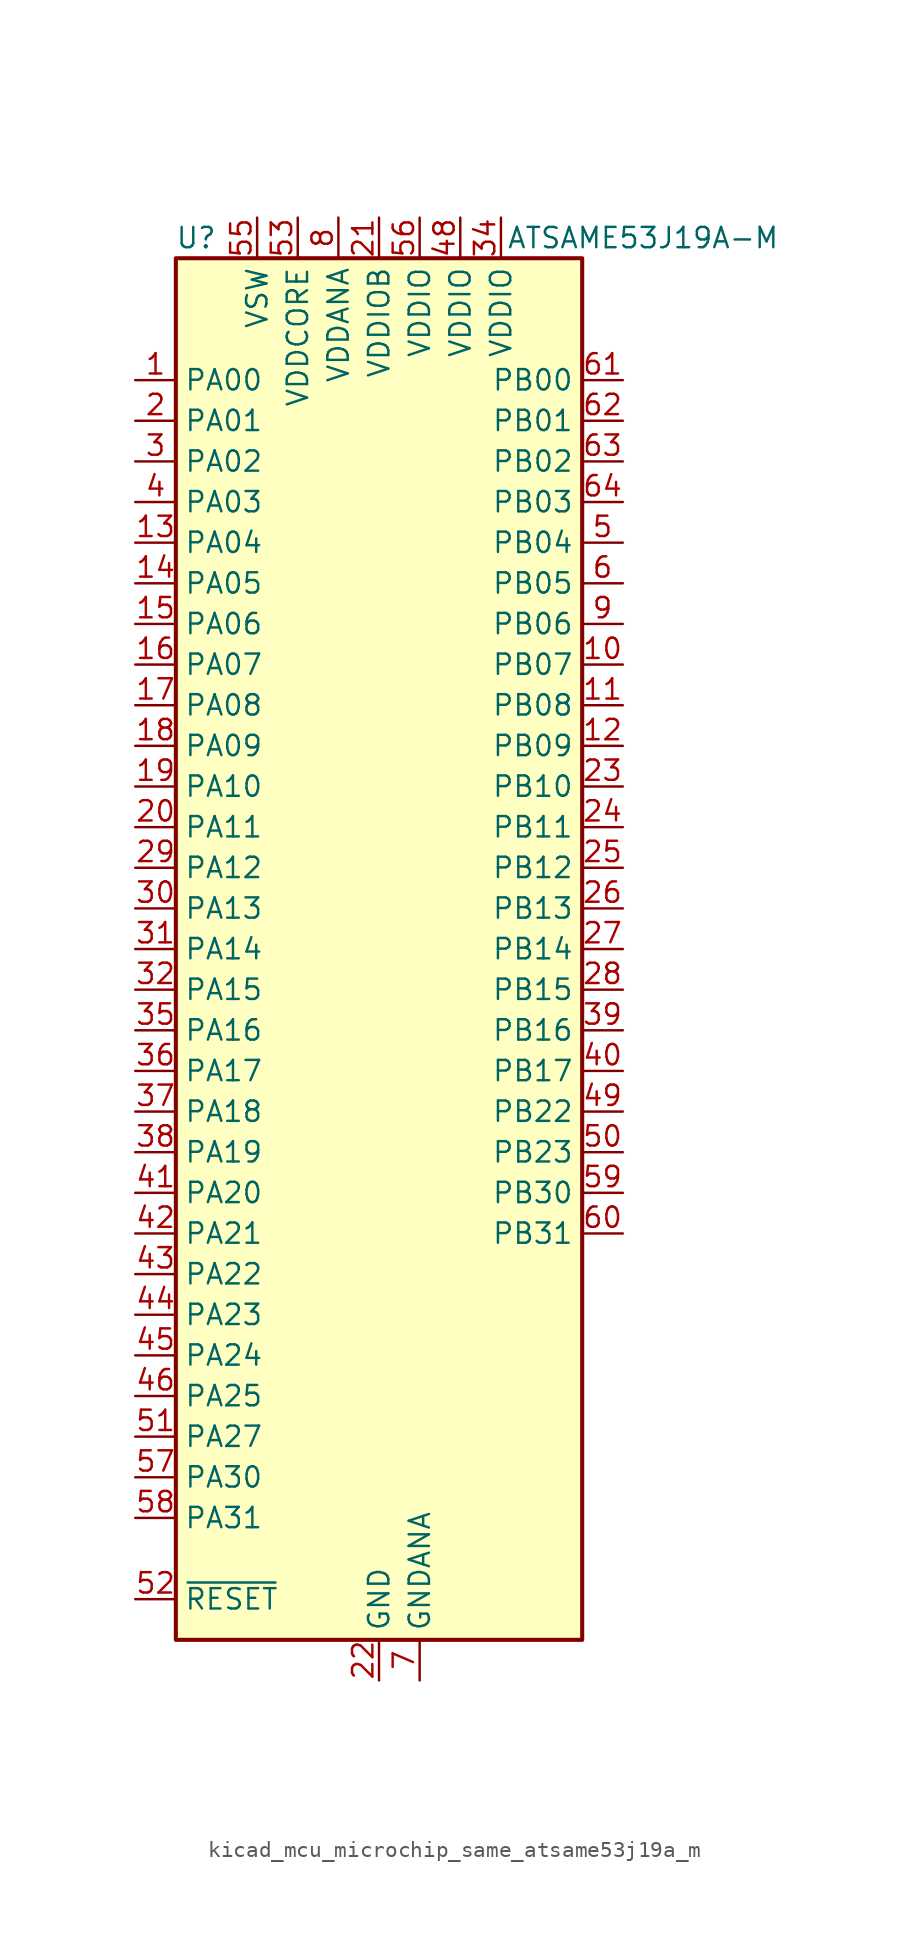
<source format=kicad_sym>
(kicad_symbol_lib
  (version 20220914)
  (generator kicad_symbol_editor)
  (symbol "kicad_mcu_microchip_same_atsame53j19a_m"
    (property "Reference" "U"
      (at -11.43 44.45 0)
      (effects (font (size 1.27 1.27))))
    (property "Value" "ATSAME53J19A-M"
      (at 16.51 44.45 0)
      (effects (font (size 1.27 1.27))))
    (symbol "kicad_mcu_microchip_same_atsame53j19a_m_0_1"
      (rectangle (start -12.7 43.18) (end 12.7 -43.18) (stroke (width 0.254) (type default)) (fill (type background))))
    (symbol "kicad_mcu_microchip_same_atsame53j19a_m_1_1"
      (pin bidirectional line (at -15.24 35.56 0) (length 2.54) (name "PA00" (effects (font (size 1.27 1.27)))) (number "1" (effects (font (size 1.27 1.27)))))
      (pin bidirectional line (at 15.24 17.78 180) (length 2.54) (name "PB07" (effects (font (size 1.27 1.27)))) (number "10" (effects (font (size 1.27 1.27)))))
      (pin bidirectional line (at 15.24 15.24 180) (length 2.54) (name "PB08" (effects (font (size 1.27 1.27)))) (number "11" (effects (font (size 1.27 1.27)))))
      (pin bidirectional line (at 15.24 12.7 180) (length 2.54) (name "PB09" (effects (font (size 1.27 1.27)))) (number "12" (effects (font (size 1.27 1.27)))))
      (pin bidirectional line (at -15.24 25.4 0) (length 2.54) (name "PA04" (effects (font (size 1.27 1.27)))) (number "13" (effects (font (size 1.27 1.27)))))
      (pin bidirectional line (at -15.24 22.86 0) (length 2.54) (name "PA05" (effects (font (size 1.27 1.27)))) (number "14" (effects (font (size 1.27 1.27)))))
      (pin bidirectional line (at -15.24 20.32 0) (length 2.54) (name "PA06" (effects (font (size 1.27 1.27)))) (number "15" (effects (font (size 1.27 1.27)))))
      (pin bidirectional line (at -15.24 17.78 0) (length 2.54) (name "PA07" (effects (font (size 1.27 1.27)))) (number "16" (effects (font (size 1.27 1.27)))))
      (pin bidirectional line (at -15.24 15.24 0) (length 2.54) (name "PA08" (effects (font (size 1.27 1.27)))) (number "17" (effects (font (size 1.27 1.27)))))
      (pin bidirectional line (at -15.24 12.7 0) (length 2.54) (name "PA09" (effects (font (size 1.27 1.27)))) (number "18" (effects (font (size 1.27 1.27)))))
      (pin bidirectional line (at -15.24 10.16 0) (length 2.54) (name "PA10" (effects (font (size 1.27 1.27)))) (number "19" (effects (font (size 1.27 1.27)))))
      (pin bidirectional line (at -15.24 33.02 0) (length 2.54) (name "PA01" (effects (font (size 1.27 1.27)))) (number "2" (effects (font (size 1.27 1.27)))))
      (pin bidirectional line (at -15.24 7.62 0) (length 2.54) (name "PA11" (effects (font (size 1.27 1.27)))) (number "20" (effects (font (size 1.27 1.27)))))
      (pin power_in line (at 0 45.72 270) (length 2.54) (name "VDDIOB" (effects (font (size 1.27 1.27)))) (number "21" (effects (font (size 1.27 1.27)))))
      (pin power_in line (at 0 -45.72 90) (length 2.54) (name "GND" (effects (font (size 1.27 1.27)))) (number "22" (effects (font (size 1.27 1.27)))))
      (pin bidirectional line (at 15.24 10.16 180) (length 2.54) (name "PB10" (effects (font (size 1.27 1.27)))) (number "23" (effects (font (size 1.27 1.27)))))
      (pin bidirectional line (at 15.24 7.62 180) (length 2.54) (name "PB11" (effects (font (size 1.27 1.27)))) (number "24" (effects (font (size 1.27 1.27)))))
      (pin bidirectional line (at 15.24 5.08 180) (length 2.54) (name "PB12" (effects (font (size 1.27 1.27)))) (number "25" (effects (font (size 1.27 1.27)))))
      (pin bidirectional line (at 15.24 2.54 180) (length 2.54) (name "PB13" (effects (font (size 1.27 1.27)))) (number "26" (effects (font (size 1.27 1.27)))))
      (pin bidirectional line (at 15.24 0 180) (length 2.54) (name "PB14" (effects (font (size 1.27 1.27)))) (number "27" (effects (font (size 1.27 1.27)))))
      (pin bidirectional line (at 15.24 -2.54 180) (length 2.54) (name "PB15" (effects (font (size 1.27 1.27)))) (number "28" (effects (font (size 1.27 1.27)))))
      (pin bidirectional line (at -15.24 5.08 0) (length 2.54) (name "PA12" (effects (font (size 1.27 1.27)))) (number "29" (effects (font (size 1.27 1.27)))))
      (pin bidirectional line (at -15.24 30.48 0) (length 2.54) (name "PA02" (effects (font (size 1.27 1.27)))) (number "3" (effects (font (size 1.27 1.27)))))
      (pin bidirectional line (at -15.24 2.54 0) (length 2.54) (name "PA13" (effects (font (size 1.27 1.27)))) (number "30" (effects (font (size 1.27 1.27)))))
      (pin bidirectional line (at -15.24 0 0) (length 2.54) (name "PA14" (effects (font (size 1.27 1.27)))) (number "31" (effects (font (size 1.27 1.27)))))
      (pin bidirectional line (at -15.24 -2.54 0) (length 2.54) (name "PA15" (effects (font (size 1.27 1.27)))) (number "32" (effects (font (size 1.27 1.27)))))
      (pin passive line (at 0 -45.72 90) (length 2.54) hide (name "GND" (effects (font (size 1.27 1.27)))) (number "33" (effects (font (size 1.27 1.27)))))
      (pin power_in line (at 7.62 45.72 270) (length 2.54) (name "VDDIO" (effects (font (size 1.27 1.27)))) (number "34" (effects (font (size 1.27 1.27)))))
      (pin bidirectional line (at -15.24 -5.08 0) (length 2.54) (name "PA16" (effects (font (size 1.27 1.27)))) (number "35" (effects (font (size 1.27 1.27)))))
      (pin bidirectional line (at -15.24 -7.62 0) (length 2.54) (name "PA17" (effects (font (size 1.27 1.27)))) (number "36" (effects (font (size 1.27 1.27)))))
      (pin bidirectional line (at -15.24 -10.16 0) (length 2.54) (name "PA18" (effects (font (size 1.27 1.27)))) (number "37" (effects (font (size 1.27 1.27)))))
      (pin bidirectional line (at -15.24 -12.7 0) (length 2.54) (name "PA19" (effects (font (size 1.27 1.27)))) (number "38" (effects (font (size 1.27 1.27)))))
      (pin bidirectional line (at 15.24 -5.08 180) (length 2.54) (name "PB16" (effects (font (size 1.27 1.27)))) (number "39" (effects (font (size 1.27 1.27)))))
      (pin bidirectional line (at -15.24 27.94 0) (length 2.54) (name "PA03" (effects (font (size 1.27 1.27)))) (number "4" (effects (font (size 1.27 1.27)))))
      (pin bidirectional line (at 15.24 -7.62 180) (length 2.54) (name "PB17" (effects (font (size 1.27 1.27)))) (number "40" (effects (font (size 1.27 1.27)))))
      (pin bidirectional line (at -15.24 -15.24 0) (length 2.54) (name "PA20" (effects (font (size 1.27 1.27)))) (number "41" (effects (font (size 1.27 1.27)))))
      (pin bidirectional line (at -15.24 -17.78 0) (length 2.54) (name "PA21" (effects (font (size 1.27 1.27)))) (number "42" (effects (font (size 1.27 1.27)))))
      (pin bidirectional line (at -15.24 -20.32 0) (length 2.54) (name "PA22" (effects (font (size 1.27 1.27)))) (number "43" (effects (font (size 1.27 1.27)))))
      (pin bidirectional line (at -15.24 -22.86 0) (length 2.54) (name "PA23" (effects (font (size 1.27 1.27)))) (number "44" (effects (font (size 1.27 1.27)))))
      (pin bidirectional line (at -15.24 -25.4 0) (length 2.54) (name "PA24" (effects (font (size 1.27 1.27)))) (number "45" (effects (font (size 1.27 1.27)))))
      (pin bidirectional line (at -15.24 -27.94 0) (length 2.54) (name "PA25" (effects (font (size 1.27 1.27)))) (number "46" (effects (font (size 1.27 1.27)))))
      (pin passive line (at 0 -45.72 90) (length 2.54) hide (name "GND" (effects (font (size 1.27 1.27)))) (number "47" (effects (font (size 1.27 1.27)))))
      (pin power_in line (at 5.08 45.72 270) (length 2.54) (name "VDDIO" (effects (font (size 1.27 1.27)))) (number "48" (effects (font (size 1.27 1.27)))))
      (pin bidirectional line (at 15.24 -10.16 180) (length 2.54) (name "PB22" (effects (font (size 1.27 1.27)))) (number "49" (effects (font (size 1.27 1.27)))))
      (pin bidirectional line (at 15.24 25.4 180) (length 2.54) (name "PB04" (effects (font (size 1.27 1.27)))) (number "5" (effects (font (size 1.27 1.27)))))
      (pin bidirectional line (at 15.24 -12.7 180) (length 2.54) (name "PB23" (effects (font (size 1.27 1.27)))) (number "50" (effects (font (size 1.27 1.27)))))
      (pin bidirectional line (at -15.24 -30.48 0) (length 2.54) (name "PA27" (effects (font (size 1.27 1.27)))) (number "51" (effects (font (size 1.27 1.27)))))
      (pin input line (at -15.24 -40.64 0) (length 2.54) (name "~{RESET}" (effects (font (size 1.27 1.27)))) (number "52" (effects (font (size 1.27 1.27)))))
      (pin power_out line (at -5.08 45.72 270) (length 2.54) (name "VDDCORE" (effects (font (size 1.27 1.27)))) (number "53" (effects (font (size 1.27 1.27)))))
      (pin passive line (at 0 -45.72 90) (length 2.54) hide (name "GND" (effects (font (size 1.27 1.27)))) (number "54" (effects (font (size 1.27 1.27)))))
      (pin power_in line (at -7.62 45.72 270) (length 2.54) (name "VSW" (effects (font (size 1.27 1.27)))) (number "55" (effects (font (size 1.27 1.27)))))
      (pin power_in line (at 2.54 45.72 270) (length 2.54) (name "VDDIO" (effects (font (size 1.27 1.27)))) (number "56" (effects (font (size 1.27 1.27)))))
      (pin bidirectional line (at -15.24 -33.02 0) (length 2.54) (name "PA30" (effects (font (size 1.27 1.27)))) (number "57" (effects (font (size 1.27 1.27)))))
      (pin bidirectional line (at -15.24 -35.56 0) (length 2.54) (name "PA31" (effects (font (size 1.27 1.27)))) (number "58" (effects (font (size 1.27 1.27)))))
      (pin bidirectional line (at 15.24 -15.24 180) (length 2.54) (name "PB30" (effects (font (size 1.27 1.27)))) (number "59" (effects (font (size 1.27 1.27)))))
      (pin bidirectional line (at 15.24 22.86 180) (length 2.54) (name "PB05" (effects (font (size 1.27 1.27)))) (number "6" (effects (font (size 1.27 1.27)))))
      (pin bidirectional line (at 15.24 -17.78 180) (length 2.54) (name "PB31" (effects (font (size 1.27 1.27)))) (number "60" (effects (font (size 1.27 1.27)))))
      (pin bidirectional line (at 15.24 35.56 180) (length 2.54) (name "PB00" (effects (font (size 1.27 1.27)))) (number "61" (effects (font (size 1.27 1.27)))))
      (pin bidirectional line (at 15.24 33.02 180) (length 2.54) (name "PB01" (effects (font (size 1.27 1.27)))) (number "62" (effects (font (size 1.27 1.27)))))
      (pin bidirectional line (at 15.24 30.48 180) (length 2.54) (name "PB02" (effects (font (size 1.27 1.27)))) (number "63" (effects (font (size 1.27 1.27)))))
      (pin bidirectional line (at 15.24 27.94 180) (length 2.54) (name "PB03" (effects (font (size 1.27 1.27)))) (number "64" (effects (font (size 1.27 1.27)))))
      (pin passive line (at 0 -45.72 90) (length 2.54) hide (name "GND" (effects (font (size 1.27 1.27)))) (number "65" (effects (font (size 1.27 1.27)))))
      (pin power_in line (at 2.54 -45.72 90) (length 2.54) (name "GNDANA" (effects (font (size 1.27 1.27)))) (number "7" (effects (font (size 1.27 1.27)))))
      (pin power_in line (at -2.54 45.72 270) (length 2.54) (name "VDDANA" (effects (font (size 1.27 1.27)))) (number "8" (effects (font (size 1.27 1.27)))))
      (pin bidirectional line (at 15.24 20.32 180) (length 2.54) (name "PB06" (effects (font (size 1.27 1.27)))) (number "9" (effects (font (size 1.27 1.27))))))))
</source>
